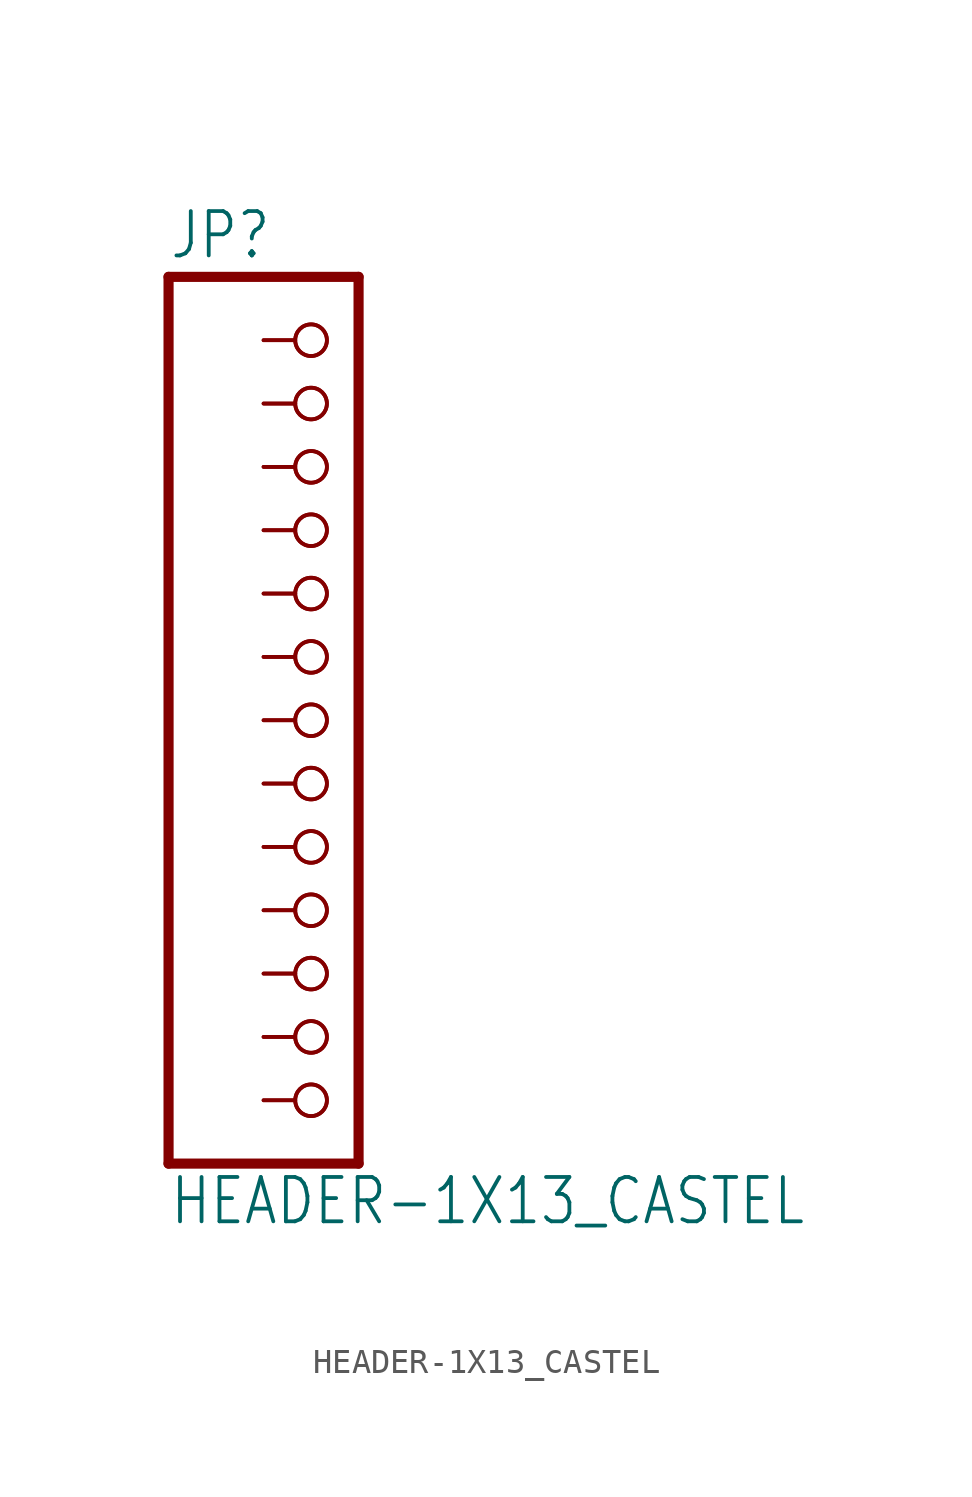
<source format=kicad_sym>
(kicad_symbol_lib
  (version 20211014)
  (generator kicad_symbol_editor)
  (symbol "HEADER-1X13_CASTEL"
    (property "Reference" "JP"
      (at -6.35 18.415 0)
      (effects (font (size 1.778 1.511)) (justify left bottom)))
    (property "Value" "HEADER-1X13_CASTEL"
      (at -6.35 -20.32 0)
      (effects (font (size 1.778 1.511)) (justify left bottom)))
    (property "ki_locked" ""
      (at 0 0 0)
      (effects (font (size 1.27 1.27))))
    (symbol "HEADER-1X13_CASTEL_1_0"
      (polyline (pts (xy -6.35 -17.78) (xy 1.27 -17.78)) (stroke (width 0.406) (type default) (color 0 0 0 0)) (fill (type none)))
      (polyline (pts (xy -6.35 17.78) (xy -6.35 -17.78)) (stroke (width 0.406) (type default) (color 0 0 0 0)) (fill (type none)))
      (polyline (pts (xy 1.27 -17.78) (xy 1.27 17.78)) (stroke (width 0.406) (type default) (color 0 0 0 0)) (fill (type none)))
      (polyline (pts (xy 1.27 17.78) (xy -6.35 17.78)) (stroke (width 0.406) (type default) (color 0 0 0 0)) (fill (type none)))
      (pin passive inverted (at -2.54 15.24 0) (length 2.54) (name "1" (effects (font (size 0 0)))) (number "1" (effects (font (size 0 0)))))
      (pin passive inverted (at -2.54 -7.62 0) (length 2.54) (name "10" (effects (font (size 0 0)))) (number "10" (effects (font (size 0 0)))))
      (pin passive inverted (at -2.54 -7.62 0) (length 2.54) (name "10" (effects (font (size 0 0)))) (number "10C" (effects (font (size 0 0)))))
      (pin passive inverted (at -2.54 -10.16 0) (length 2.54) (name "11" (effects (font (size 0 0)))) (number "11" (effects (font (size 0 0)))))
      (pin passive inverted (at -2.54 -10.16 0) (length 2.54) (name "11" (effects (font (size 0 0)))) (number "11C" (effects (font (size 0 0)))))
      (pin passive inverted (at -2.54 -12.7 0) (length 2.54) (name "12" (effects (font (size 0 0)))) (number "12" (effects (font (size 0 0)))))
      (pin passive inverted (at -2.54 -12.7 0) (length 2.54) (name "12" (effects (font (size 0 0)))) (number "12C" (effects (font (size 0 0)))))
      (pin passive inverted (at -2.54 -15.24 0) (length 2.54) (name "13" (effects (font (size 0 0)))) (number "13" (effects (font (size 0 0)))))
      (pin passive inverted (at -2.54 -15.24 0) (length 2.54) (name "13" (effects (font (size 0 0)))) (number "13C" (effects (font (size 0 0)))))
      (pin passive inverted (at -2.54 15.24 0) (length 2.54) (name "1" (effects (font (size 0 0)))) (number "1C" (effects (font (size 0 0)))))
      (pin passive inverted (at -2.54 12.7 0) (length 2.54) (name "2" (effects (font (size 0 0)))) (number "2" (effects (font (size 0 0)))))
      (pin passive inverted (at -2.54 12.7 0) (length 2.54) (name "2" (effects (font (size 0 0)))) (number "2C" (effects (font (size 0 0)))))
      (pin passive inverted (at -2.54 10.16 0) (length 2.54) (name "3" (effects (font (size 0 0)))) (number "3" (effects (font (size 0 0)))))
      (pin passive inverted (at -2.54 10.16 0) (length 2.54) (name "3" (effects (font (size 0 0)))) (number "3C" (effects (font (size 0 0)))))
      (pin passive inverted (at -2.54 7.62 0) (length 2.54) (name "4" (effects (font (size 0 0)))) (number "4" (effects (font (size 0 0)))))
      (pin passive inverted (at -2.54 7.62 0) (length 2.54) (name "4" (effects (font (size 0 0)))) (number "4C" (effects (font (size 0 0)))))
      (pin passive inverted (at -2.54 5.08 0) (length 2.54) (name "5" (effects (font (size 0 0)))) (number "5" (effects (font (size 0 0)))))
      (pin passive inverted (at -2.54 5.08 0) (length 2.54) (name "5" (effects (font (size 0 0)))) (number "5C" (effects (font (size 0 0)))))
      (pin passive inverted (at -2.54 2.54 0) (length 2.54) (name "6" (effects (font (size 0 0)))) (number "6" (effects (font (size 0 0)))))
      (pin passive inverted (at -2.54 2.54 0) (length 2.54) (name "6" (effects (font (size 0 0)))) (number "6C" (effects (font (size 0 0)))))
      (pin passive inverted (at -2.54 0 0) (length 2.54) (name "7" (effects (font (size 0 0)))) (number "7" (effects (font (size 0 0)))))
      (pin passive inverted (at -2.54 0 0) (length 2.54) (name "7" (effects (font (size 0 0)))) (number "7C" (effects (font (size 0 0)))))
      (pin passive inverted (at -2.54 -2.54 0) (length 2.54) (name "8" (effects (font (size 0 0)))) (number "8" (effects (font (size 0 0)))))
      (pin passive inverted (at -2.54 -2.54 0) (length 2.54) (name "8" (effects (font (size 0 0)))) (number "8C" (effects (font (size 0 0)))))
      (pin passive inverted (at -2.54 -5.08 0) (length 2.54) (name "9" (effects (font (size 0 0)))) (number "9" (effects (font (size 0 0)))))
      (pin passive inverted (at -2.54 -5.08 0) (length 2.54) (name "9" (effects (font (size 0 0)))) (number "9C" (effects (font (size 0 0))))))))
</source>
